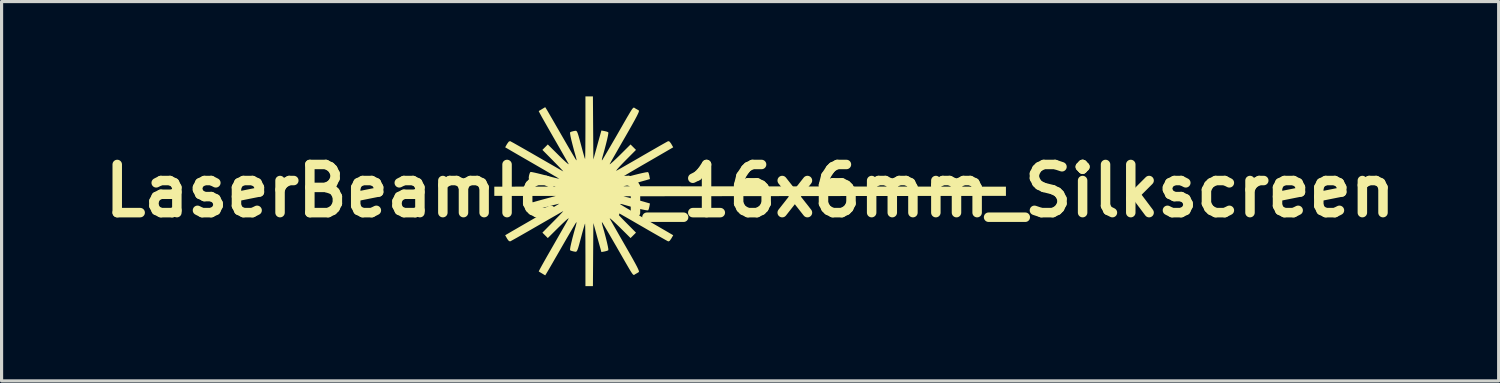
<source format=kicad_pcb>
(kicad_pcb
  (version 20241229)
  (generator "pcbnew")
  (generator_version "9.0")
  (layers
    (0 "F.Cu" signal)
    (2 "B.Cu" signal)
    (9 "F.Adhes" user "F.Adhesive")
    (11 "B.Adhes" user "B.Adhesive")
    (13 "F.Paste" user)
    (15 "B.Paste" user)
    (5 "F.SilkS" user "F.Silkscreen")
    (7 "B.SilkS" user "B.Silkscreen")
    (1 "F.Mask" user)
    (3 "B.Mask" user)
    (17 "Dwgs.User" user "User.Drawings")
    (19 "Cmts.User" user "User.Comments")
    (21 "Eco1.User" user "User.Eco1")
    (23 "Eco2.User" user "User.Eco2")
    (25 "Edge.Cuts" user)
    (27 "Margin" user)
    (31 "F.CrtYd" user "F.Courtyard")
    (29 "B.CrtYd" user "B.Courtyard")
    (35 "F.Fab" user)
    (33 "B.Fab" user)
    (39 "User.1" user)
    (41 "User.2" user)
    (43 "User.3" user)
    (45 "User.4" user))
  (footprint "LaserBeamIcon_16x6mm_Silkscreen"
    (layer "F.Cu")
    (at 20.69 2.99)
    (property "Reference" "LaserBeamIcon_16x6mm_Silkscreen" (at 0 0 0) (layer "F.SilkS") (effects (font (size 1.524 1.524) (thickness 0.3))))
    (attr exclude_from_pos_files exclude_from_bom)
    (fp_poly (pts (xy -4.968 -1.991) (xy -4.961 -0.992) (xy -4.873 -1.31) (xy -4.835 -1.448) (xy -4.798 -1.583) (xy -4.766 -1.697) (xy -4.746 -1.769) (xy -4.707 -1.91) (xy -4.609 -1.892) (xy -4.539 -1.875) (xy -4.493 -1.856) (xy -4.489 -1.853) (xy -4.487 -1.82) (xy -4.5 -1.742) (xy -4.525 -1.626) (xy -4.562 -1.476) (xy -4.608 -1.3) (xy -4.663 -1.104) (xy -4.672 -1.073) (xy -4.689 -1.005) (xy -4.692 -0.968) (xy -4.685 -0.967) (xy -4.667 -0.995) (xy -4.625 -1.064) (xy -4.564 -1.167) (xy -4.486 -1.3) (xy -4.395 -1.456) (xy -4.293 -1.631) (xy -4.219 -1.759) (xy -4.089 -1.986) (xy -3.983 -2.171) (xy -3.898 -2.319) (xy -3.831 -2.432) (xy -3.78 -2.517) (xy -3.743 -2.575) (xy -3.715 -2.611) (xy -3.694 -2.63) (xy -3.679 -2.635) (xy -3.665 -2.631) (xy -3.65 -2.62) (xy -3.632 -2.608) (xy -3.631 -2.607) (xy -3.567 -2.571) (xy -3.522 -2.544) (xy -3.517 -2.528) (xy -3.526 -2.493) (xy -3.551 -2.435) (xy -3.593 -2.35) (xy -3.655 -2.234) (xy -3.739 -2.083) (xy -3.846 -1.894) (xy -3.948 -1.716) (xy -4.058 -1.526) (xy -4.16 -1.348) (xy -4.251 -1.188) (xy -4.329 -1.052) (xy -4.389 -0.946) (xy -4.429 -0.874) (xy -4.444 -0.847) (xy -4.437 -0.843) (xy -4.398 -0.873) (xy -4.332 -0.931) (xy -4.244 -1.014) (xy -4.138 -1.116) (xy -4.13 -1.124) (xy -3.784 -1.468) (xy -3.612 -1.296) (xy -3.956 -0.95) (xy -4.06 -0.843) (xy -4.144 -0.754) (xy -4.204 -0.686) (xy -4.236 -0.645) (xy -4.235 -0.635) (xy -4.233 -0.636) (xy -4.195 -0.657) (xy -4.117 -0.701) (xy -4.005 -0.765) (xy -3.865 -0.845) (xy -3.703 -0.938) (xy -3.524 -1.041) (xy -3.399 -1.114) (xy -3.215 -1.22) (xy -3.044 -1.318) (xy -2.893 -1.405) (xy -2.766 -1.477) (xy -2.67 -1.531) (xy -2.61 -1.564) (xy -2.592 -1.573) (xy -2.551 -1.56) (xy -2.502 -1.497) (xy -2.494 -1.483) (xy -2.434 -1.378) (xy -2.613 -1.274) (xy -2.683 -1.233) (xy -2.792 -1.17) (xy -2.93 -1.09) (xy -3.09 -0.997) (xy -3.263 -0.897) (xy -3.44 -0.795) (xy -3.608 -0.697) (xy -3.762 -0.607) (xy -3.896 -0.528) (xy -4.002 -0.464) (xy -4.076 -0.419) (xy -4.111 -0.397) (xy -4.112 -0.395) (xy -4.107 -0.386) (xy -4.064 -0.393) (xy -4.046 -0.398) (xy -3.87 -0.448) (xy -3.701 -0.493) (xy -3.546 -0.532) (xy -3.414 -0.563) (xy -3.311 -0.584) (xy -3.246 -0.593) (xy -3.227 -0.591) (xy -3.208 -0.552) (xy -3.19 -0.485) (xy -3.188 -0.471) (xy -3.17 -0.374) (xy -3.298 -0.336) (xy -3.378 -0.314) (xy -3.492 -0.282) (xy -3.622 -0.247) (xy -3.717 -0.222) (xy -4.008 -0.146) (xy 2.044 -0.139) (xy 8.096 -0.132) (xy 8.096 0.159) (xy 2.044 0.165) (xy -4.008 0.172) (xy -3.717 0.248) (xy -3.585 0.284) (xy -3.457 0.318) (xy -3.351 0.347) (xy -3.298 0.363) (xy -3.17 0.4) (xy -3.188 0.498) (xy -3.205 0.568) (xy -3.224 0.613) (xy -3.227 0.617) (xy -3.259 0.618) (xy -3.334 0.606) (xy -3.445 0.583) (xy -3.583 0.55) (xy -3.742 0.509) (xy -3.914 0.462) (xy -4.046 0.424) (xy -4.099 0.413) (xy -4.116 0.418) (xy -4.112 0.422) (xy -4.084 0.441) (xy -4.016 0.483) (xy -3.914 0.544) (xy -3.784 0.62) (xy -3.633 0.709) (xy -3.466 0.806) (xy -3.44 0.821) (xy -3.261 0.924) (xy -3.088 1.025) (xy -2.928 1.117) (xy -2.791 1.197) (xy -2.682 1.26) (xy -2.613 1.3) (xy -2.434 1.405) (xy -2.494 1.509) (xy -2.545 1.581) (xy -2.587 1.601) (xy -2.592 1.599) (xy -2.624 1.583) (xy -2.696 1.543) (xy -2.802 1.483) (xy -2.937 1.406) (xy -3.095 1.316) (xy -3.27 1.215) (xy -3.399 1.14) (xy -3.585 1.033) (xy -3.759 0.932) (xy -3.914 0.843) (xy -4.046 0.768) (xy -4.147 0.71) (xy -4.213 0.674) (xy -4.233 0.662) (xy -4.237 0.669) (xy -4.207 0.708) (xy -4.149 0.775) (xy -4.066 0.863) (xy -3.964 0.968) (xy -3.956 0.976) (xy -3.612 1.323) (xy -3.784 1.494) (xy -4.13 1.15) (xy -4.237 1.047) (xy -4.326 0.963) (xy -4.394 0.903) (xy -4.435 0.871) (xy -4.445 0.872) (xy -4.444 0.873) (xy -4.423 0.911) (xy -4.379 0.989) (xy -4.316 1.101) (xy -4.235 1.242) (xy -4.142 1.406) (xy -4.038 1.587) (xy -3.948 1.743) (xy -3.821 1.965) (xy -3.719 2.145) (xy -3.64 2.288) (xy -3.582 2.397) (xy -3.544 2.476) (xy -3.523 2.529) (xy -3.517 2.56) (xy -3.522 2.57) (xy -3.572 2.601) (xy -3.631 2.634) (xy -3.649 2.646) (xy -3.664 2.657) (xy -3.678 2.662) (xy -3.693 2.657) (xy -3.713 2.64) (xy -3.741 2.604) (xy -3.778 2.547) (xy -3.828 2.465) (xy -3.893 2.353) (xy -3.977 2.208) (xy -4.082 2.025) (xy -4.211 1.801) (xy -4.219 1.786) (xy -4.326 1.602) (xy -4.424 1.432) (xy -4.511 1.283) (xy -4.585 1.158) (xy -4.64 1.065) (xy -4.675 1.008) (xy -4.685 0.993) (xy -4.693 1.001) (xy -4.685 1.048) (xy -4.672 1.099) (xy -4.616 1.298) (xy -4.568 1.478) (xy -4.53 1.632) (xy -4.503 1.753) (xy -4.488 1.837) (xy -4.488 1.878) (xy -4.489 1.88) (xy -4.528 1.898) (xy -4.595 1.916) (xy -4.609 1.919) (xy -4.707 1.937) (xy -4.746 1.795) (xy -4.769 1.712) (xy -4.802 1.595) (xy -4.84 1.459) (xy -4.873 1.336) (xy -4.961 1.019) (xy -4.968 2.017) (xy -4.975 3.016) (xy -5.212 3.016) (xy -5.212 2.02) (xy -5.213 1.796) (xy -5.213 1.591) (xy -5.215 1.41) (xy -5.217 1.258) (xy -5.219 1.141) (xy -5.221 1.065) (xy -5.224 1.035) (xy -5.224 1.035) (xy -5.235 1.063) (xy -5.256 1.134) (xy -5.286 1.236) (xy -5.32 1.36) (xy -5.331 1.403) (xy -5.379 1.582) (xy -5.415 1.715) (xy -5.443 1.81) (xy -5.466 1.873) (xy -5.486 1.909) (xy -5.506 1.925) (xy -5.53 1.928) (xy -5.561 1.922) (xy -5.579 1.919) (xy -5.648 1.902) (xy -5.694 1.883) (xy -5.697 1.88) (xy -5.699 1.846) (xy -5.687 1.769) (xy -5.661 1.652) (xy -5.625 1.503) (xy -5.578 1.327) (xy -5.523 1.13) (xy -5.514 1.099) (xy -5.498 1.031) (xy -5.494 0.994) (xy -5.501 0.993) (xy -5.52 1.022) (xy -5.561 1.09) (xy -5.623 1.194) (xy -5.701 1.327) (xy -5.792 1.483) (xy -5.893 1.658) (xy -5.967 1.786) (xy -6.074 1.972) (xy -6.174 2.145) (xy -6.263 2.3) (xy -6.339 2.43) (xy -6.397 2.53) (xy -6.435 2.594) (xy -6.447 2.614) (xy -6.485 2.675) (xy -6.583 2.616) (xy -6.645 2.579) (xy -6.684 2.554) (xy -6.69 2.55) (xy -6.679 2.527) (xy -6.645 2.462) (xy -6.591 2.363) (xy -6.518 2.233) (xy -6.431 2.079) (xy -6.331 1.905) (xy -6.237 1.741) (xy -6.128 1.551) (xy -6.026 1.373) (xy -5.935 1.214) (xy -5.857 1.078) (xy -5.797 0.972) (xy -5.757 0.901) (xy -5.742 0.873) (xy -5.749 0.87) (xy -5.789 0.899) (xy -5.855 0.958) (xy -5.943 1.04) (xy -6.048 1.143) (xy -6.056 1.15) (xy -6.403 1.494) (xy -6.574 1.323) (xy -6.23 0.975) (xy -6.124 0.867) (xy -6.034 0.774) (xy -5.965 0.702) (xy -5.923 0.655) (xy -5.913 0.641) (xy -5.913 0.641) (xy -5.942 0.657) (xy -6.011 0.696) (xy -6.114 0.756) (xy -6.248 0.832) (xy -6.406 0.923) (xy -6.582 1.024) (xy -6.747 1.119) (xy -6.936 1.228) (xy -7.112 1.329) (xy -7.268 1.418) (xy -7.4 1.493) (xy -7.503 1.55) (xy -7.569 1.587) (xy -7.594 1.599) (xy -7.634 1.588) (xy -7.684 1.525) (xy -7.693 1.509) (xy -7.752 1.405) (xy -7.6 1.316) (xy -7.539 1.28) (xy -7.438 1.222) (xy -7.307 1.146) (xy -7.151 1.056) (xy -6.978 0.956) (xy -6.796 0.851) (xy -6.742 0.82) (xy -6.567 0.719) (xy -6.409 0.626) (xy -6.272 0.546) (xy -6.162 0.481) (xy -6.084 0.435) (xy -6.044 0.41) (xy -6.04 0.407) (xy -6.066 0.412) (xy -6.135 0.429) (xy -6.238 0.455) (xy -6.367 0.488) (xy -6.482 0.519) (xy -6.628 0.557) (xy -6.756 0.588) (xy -6.859 0.611) (xy -6.926 0.623) (xy -6.949 0.624) (xy -6.971 0.593) (xy -6.992 0.533) (xy -7.005 0.466) (xy -7.005 0.415) (xy -7 0.403) (xy -6.971 0.391) (xy -6.899 0.369) (xy -6.794 0.338) (xy -6.665 0.302) (xy -6.568 0.275) (xy -6.152 0.162) (xy -7.124 0.161) (xy -8.096 0.159) (xy -8.096 -0.132) (xy -7.124 -0.134) (xy -6.152 -0.136) (xy -6.568 -0.249) (xy -6.709 -0.288) (xy -6.832 -0.323) (xy -6.927 -0.351) (xy -6.985 -0.37) (xy -7 -0.377) (xy -7.007 -0.413) (xy -6.999 -0.476) (xy -6.981 -0.543) (xy -6.959 -0.589) (xy -6.949 -0.598) (xy -6.914 -0.595) (xy -6.838 -0.58) (xy -6.729 -0.555) (xy -6.596 -0.522) (xy -6.482 -0.492) (xy -6.339 -0.454) (xy -6.215 -0.422) (xy -6.118 -0.398) (xy -6.057 -0.384) (xy -6.04 -0.381) (xy -6.061 -0.394) (xy -6.122 -0.432) (xy -6.218 -0.488) (xy -6.344 -0.562) (xy -6.493 -0.649) (xy -6.661 -0.746) (xy -6.742 -0.793) (xy -6.925 -0.899) (xy -7.102 -1.001) (xy -7.263 -1.094) (xy -7.403 -1.175) (xy -7.513 -1.239) (xy -7.587 -1.282) (xy -7.6 -1.29) (xy -7.752 -1.378) (xy -7.693 -1.483) (xy -7.642 -1.554) (xy -7.6 -1.574) (xy -7.594 -1.573) (xy -7.562 -1.556) (xy -7.49 -1.517) (xy -7.384 -1.457) (xy -7.248 -1.38) (xy -7.088 -1.289) (xy -6.91 -1.187) (xy -6.747 -1.093) (xy -6.558 -0.984) (xy -6.384 -0.884) (xy -6.229 -0.795) (xy -6.099 -0.72) (xy -6 -0.663) (xy -5.936 -0.627) (xy -5.913 -0.615) (xy -5.923 -0.628) (xy -5.964 -0.674) (xy -6.032 -0.745) (xy -6.122 -0.838) (xy -6.228 -0.946) (xy -6.23 -0.949) (xy -6.574 -1.296) (xy -6.403 -1.468) (xy -6.056 -1.124) (xy -5.95 -1.02) (xy -5.86 -0.936) (xy -5.792 -0.876) (xy -5.751 -0.844) (xy -5.742 -0.845) (xy -5.742 -0.847) (xy -5.763 -0.885) (xy -5.807 -0.963) (xy -5.871 -1.075) (xy -5.951 -1.216) (xy -6.044 -1.379) (xy -6.148 -1.56) (xy -6.237 -1.715) (xy -6.344 -1.902) (xy -6.442 -2.074) (xy -6.528 -2.225) (xy -6.599 -2.351) (xy -6.651 -2.446) (xy -6.682 -2.506) (xy -6.69 -2.524) (xy -6.664 -2.541) (xy -6.608 -2.574) (xy -6.583 -2.59) (xy -6.485 -2.648) (xy -6.447 -2.588) (xy -6.424 -2.551) (xy -6.379 -2.473) (xy -6.315 -2.362) (xy -6.234 -2.223) (xy -6.141 -2.061) (xy -6.038 -1.883) (xy -5.967 -1.759) (xy -5.861 -1.576) (xy -5.763 -1.406) (xy -5.675 -1.256) (xy -5.602 -1.132) (xy -5.546 -1.039) (xy -5.511 -0.982) (xy -5.501 -0.967) (xy -5.494 -0.975) (xy -5.501 -1.022) (xy -5.514 -1.073) (xy -5.571 -1.272) (xy -5.618 -1.451) (xy -5.657 -1.605) (xy -5.684 -1.727) (xy -5.698 -1.811) (xy -5.698 -1.851) (xy -5.697 -1.853) (xy -5.658 -1.872) (xy -5.591 -1.89) (xy -5.579 -1.892) (xy -5.544 -1.899) (xy -5.517 -1.901) (xy -5.496 -1.893) (xy -5.476 -1.867) (xy -5.455 -1.818) (xy -5.43 -1.74) (xy -5.398 -1.626) (xy -5.356 -1.471) (xy -5.331 -1.377) (xy -5.296 -1.247) (xy -5.265 -1.137) (xy -5.241 -1.055) (xy -5.226 -1.012) (xy -5.224 -1.008) (xy -5.221 -1.031) (xy -5.219 -1.101) (xy -5.217 -1.213) (xy -5.215 -1.36) (xy -5.214 -1.538) (xy -5.213 -1.74) (xy -5.212 -1.961) (xy -5.212 -1.993) (xy -5.212 -2.99) (xy -4.975 -2.99)) (stroke (width 0) (type solid)) (fill yes) (layer "F.SilkS")))
  (gr_rect
    (start -3 -3)
    (end 44.38 9.006)
    (stroke (width 0.1) (type default))
    (fill no)
    (layer "Edge.Cuts")))
</source>
